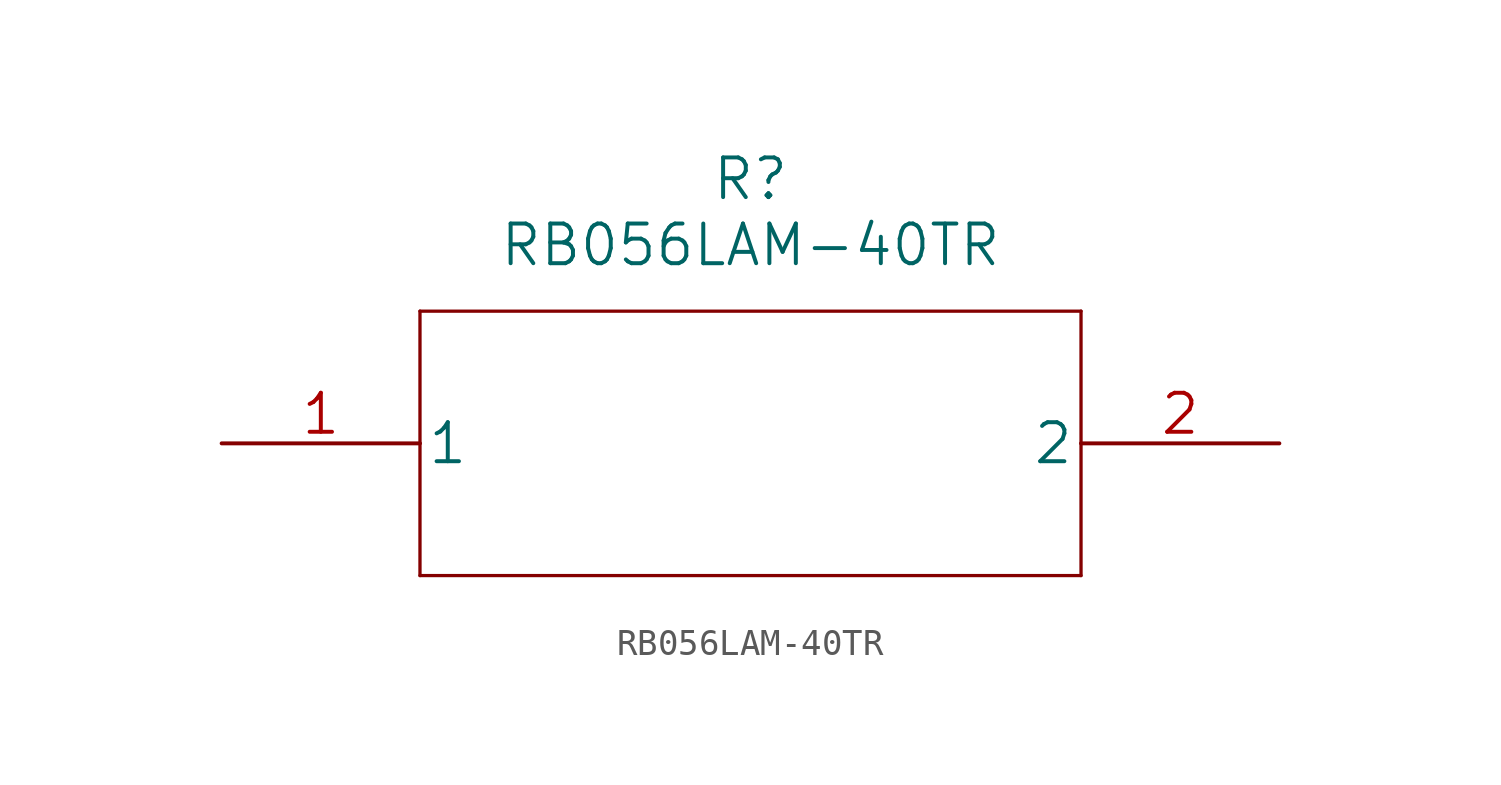
<source format=kicad_sym>
(kicad_symbol_lib
  (version 20211014)
  (generator kicad_symbol_editor)
  (symbol "RB056LAM-40TR"
    (pin_names
      (offset 0.254))
    (property "Reference" "R"
      (at 20.32 10.16 0)
      (effects (font (size 1.524 1.524))))
    (property "Value" "RB056LAM-40TR"
      (at 20.32 7.62 0)
      (effects (font (size 1.524 1.524))))
    (property "Datasheet" ""
      (at 0 0 0)
      (effects (font (size 1.524 1.524))))
    (property "ki_locked" ""
      (at 0 0 0)
      (effects (font (size 1.27 1.27))))
    (symbol "RB056LAM-40TR_1_1"
      (polyline (pts (xy 7.62 -5.08) (xy 33.02 -5.08)) (stroke (width 0.127) (type default) (color 0 0 0 0)) (fill (type none)))
      (polyline (pts (xy 7.62 5.08) (xy 7.62 -5.08)) (stroke (width 0.127) (type default) (color 0 0 0 0)) (fill (type none)))
      (polyline (pts (xy 33.02 -5.08) (xy 33.02 5.08)) (stroke (width 0.127) (type default) (color 0 0 0 0)) (fill (type none)))
      (polyline (pts (xy 33.02 5.08) (xy 7.62 5.08)) (stroke (width 0.127) (type default) (color 0 0 0 0)) (fill (type none)))
      (pin unspecified line (at 0 0 0) (length 7.62) (name "1" (effects (font (size 1.499 1.499)))) (number "1" (effects (font (size 1.499 1.499)))))
      (pin unspecified line (at 40.64 0 180) (length 7.62) (name "2" (effects (font (size 1.499 1.499)))) (number "2" (effects (font (size 1.499 1.499))))))))
</source>
